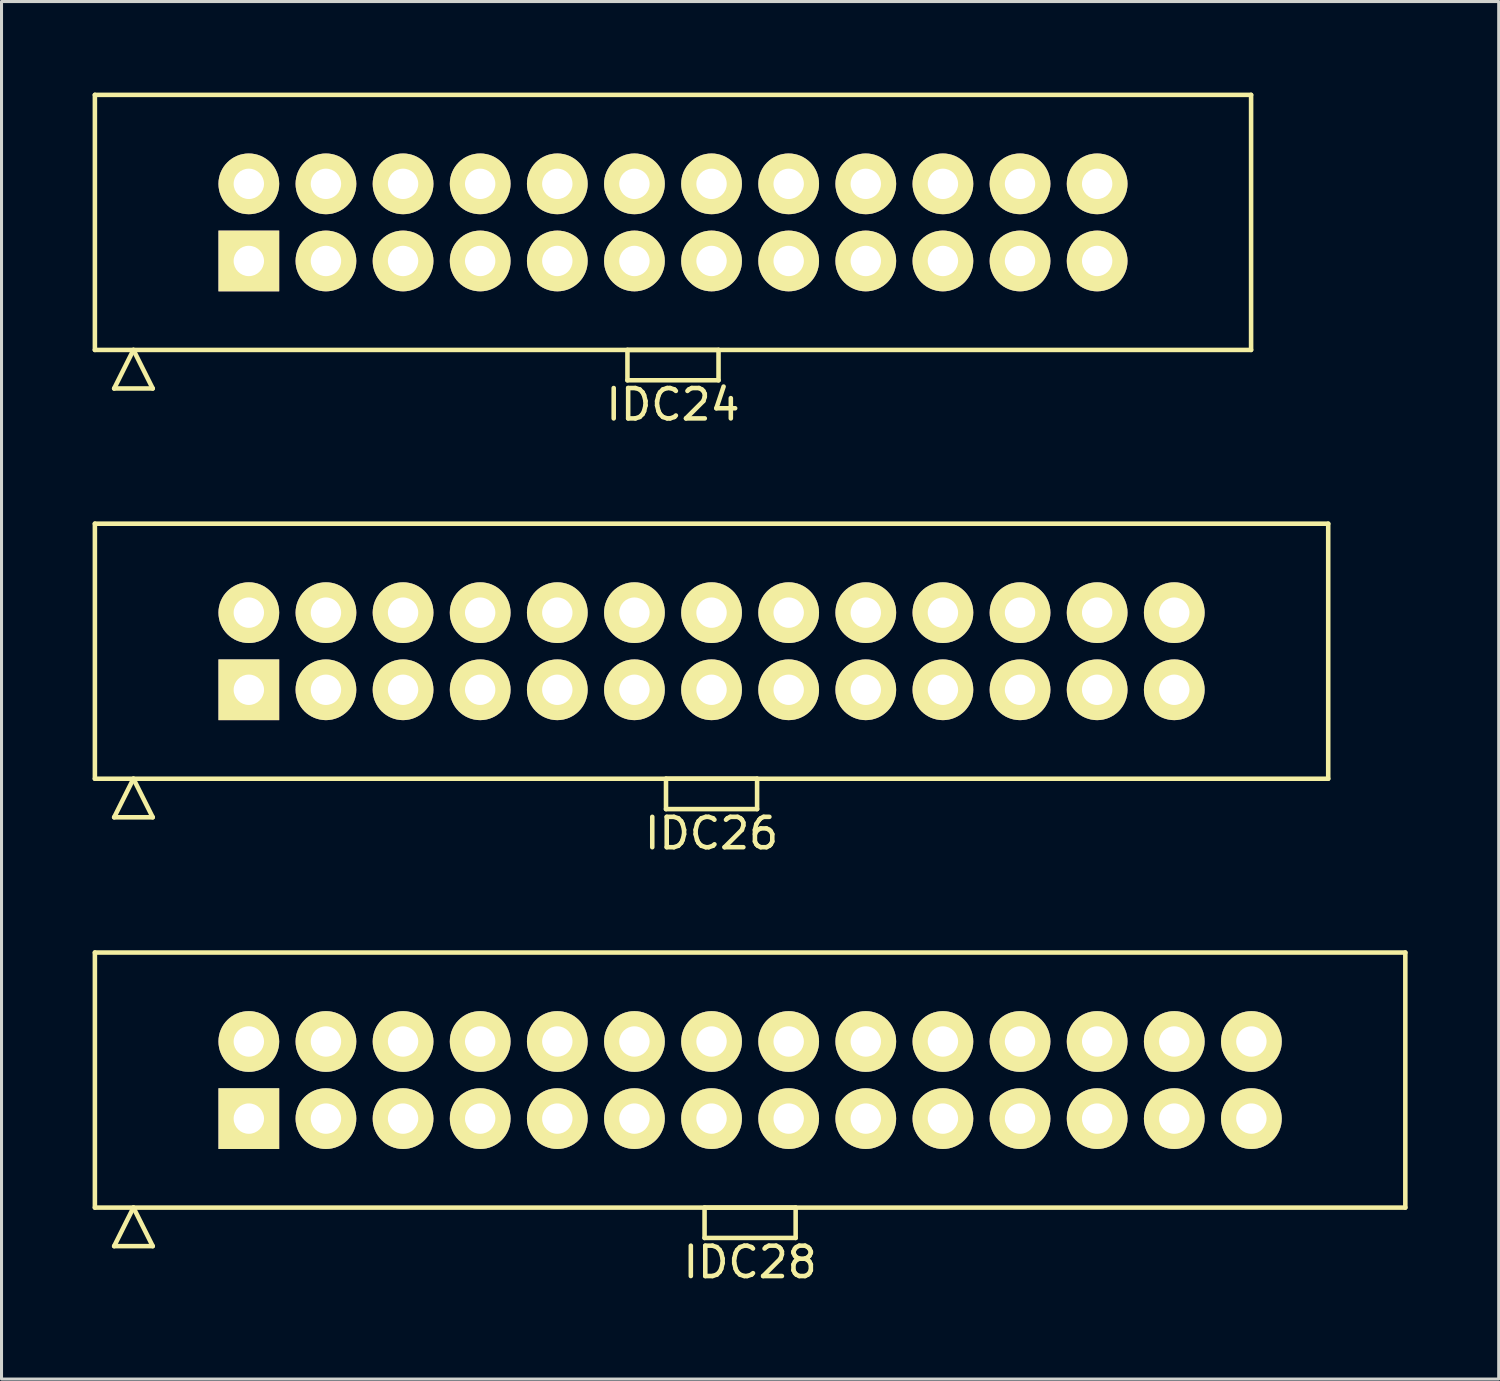
<source format=kicad_pcb>
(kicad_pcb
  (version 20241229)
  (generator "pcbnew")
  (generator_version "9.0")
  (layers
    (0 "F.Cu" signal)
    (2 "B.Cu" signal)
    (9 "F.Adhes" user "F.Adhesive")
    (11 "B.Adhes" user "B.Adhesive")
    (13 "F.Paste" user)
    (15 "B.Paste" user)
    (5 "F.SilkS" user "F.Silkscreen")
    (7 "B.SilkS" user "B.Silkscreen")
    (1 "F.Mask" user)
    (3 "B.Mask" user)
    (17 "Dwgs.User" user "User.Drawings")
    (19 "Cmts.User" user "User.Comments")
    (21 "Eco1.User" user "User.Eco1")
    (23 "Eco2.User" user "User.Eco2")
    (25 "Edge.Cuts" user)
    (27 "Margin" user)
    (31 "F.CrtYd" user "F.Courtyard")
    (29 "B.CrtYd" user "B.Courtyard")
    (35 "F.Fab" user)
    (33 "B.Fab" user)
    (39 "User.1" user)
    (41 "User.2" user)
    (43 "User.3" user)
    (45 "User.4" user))
  (footprint "IDC26"
    (layer "F.Cu")
    (at 20.385 18.398)
    (property "Reference" "IDC26" (at 0 6 0) (layer "F.SilkS") (effects (font (size 1 1) (thickness 0.15))))
    (attr through_hole)
    (fp_line (start -20.31 -4.2) (end -20.31 4.2) (stroke (width 0.15) (type solid)) (layer "F.SilkS"))
    (fp_line (start -20.31 4.2) (end 20.31 4.2) (stroke (width 0.15) (type solid)) (layer "F.SilkS"))
    (fp_line (start -19.675 5.47) (end -19.04 4.2) (stroke (width 0.15) (type solid)) (layer "F.SilkS"))
    (fp_line (start -19.675 5.47) (end -18.405 5.47) (stroke (width 0.15) (type solid)) (layer "F.SilkS"))
    (fp_line (start -18.405 5.47) (end -19.04 4.2) (stroke (width 0.15) (type solid)) (layer "F.SilkS"))
    (fp_line (start -1.5 4.2) (end -1.5 5.2) (stroke (width 0.15) (type solid)) (layer "F.SilkS"))
    (fp_line (start -1.5 5.2) (end 1.5 5.2) (stroke (width 0.15) (type solid)) (layer "F.SilkS"))
    (fp_line (start 1.5 4.2) (end -1.5 4.2) (stroke (width 0.15) (type solid)) (layer "F.SilkS"))
    (fp_line (start 1.5 5.2) (end 1.5 4.2) (stroke (width 0.15) (type solid)) (layer "F.SilkS"))
    (fp_line (start 20.31 -4.2) (end -20.31 -4.2) (stroke (width 0.15) (type solid)) (layer "F.SilkS"))
    (fp_line (start 20.31 4.2) (end 20.31 -4.2) (stroke (width 0.15) (type solid)) (layer "F.SilkS"))
    (pad "1" thru_hole rect (at -15.24 1.27) (size 2 2) (drill 1) (layers "*.Cu" "*.Mask" "F.SilkS"))
    (pad "2" thru_hole circle (at -15.24 -1.27) (size 2 2) (drill 1) (layers "*.Cu" "*.Mask" "F.SilkS"))
    (pad "3" thru_hole circle (at -12.7 1.27) (size 2 2) (drill 1) (layers "*.Cu" "*.Mask" "F.SilkS"))
    (pad "4" thru_hole circle (at -12.7 -1.27) (size 2 2) (drill 1) (layers "*.Cu" "*.Mask" "F.SilkS"))
    (pad "5" thru_hole circle (at -10.16 1.27) (size 2 2) (drill 1) (layers "*.Cu" "*.Mask" "F.SilkS"))
    (pad "6" thru_hole circle (at -10.16 -1.27) (size 2 2) (drill 1) (layers "*.Cu" "*.Mask" "F.SilkS"))
    (pad "7" thru_hole circle (at -7.62 1.27) (size 2 2) (drill 1) (layers "*.Cu" "*.Mask" "F.SilkS"))
    (pad "8" thru_hole circle (at -7.62 -1.27) (size 2 2) (drill 1) (layers "*.Cu" "*.Mask" "F.SilkS"))
    (pad "9" thru_hole circle (at -5.08 1.27) (size 2 2) (drill 1) (layers "*.Cu" "*.Mask" "F.SilkS"))
    (pad "10" thru_hole circle (at -5.08 -1.27) (size 2 2) (drill 1) (layers "*.Cu" "*.Mask" "F.SilkS"))
    (pad "11" thru_hole circle (at -2.54 1.27) (size 2 2) (drill 1) (layers "*.Cu" "*.Mask" "F.SilkS"))
    (pad "12" thru_hole circle (at -2.54 -1.27) (size 2 2) (drill 1) (layers "*.Cu" "*.Mask" "F.SilkS"))
    (pad "13" thru_hole circle (at 0 1.27) (size 2 2) (drill 1) (layers "*.Cu" "*.Mask" "F.SilkS"))
    (pad "14" thru_hole circle (at 0 -1.27) (size 2 2) (drill 1) (layers "*.Cu" "*.Mask" "F.SilkS"))
    (pad "15" thru_hole circle (at 2.54 1.27) (size 2 2) (drill 1) (layers "*.Cu" "*.Mask" "F.SilkS"))
    (pad "16" thru_hole circle (at 2.54 -1.27) (size 2 2) (drill 1) (layers "*.Cu" "*.Mask" "F.SilkS"))
    (pad "17" thru_hole circle (at 5.08 1.27) (size 2 2) (drill 1) (layers "*.Cu" "*.Mask" "F.SilkS"))
    (pad "18" thru_hole circle (at 5.08 -1.27) (size 2 2) (drill 1) (layers "*.Cu" "*.Mask" "F.SilkS"))
    (pad "19" thru_hole circle (at 7.62 1.27) (size 2 2) (drill 1) (layers "*.Cu" "*.Mask" "F.SilkS"))
    (pad "20" thru_hole circle (at 7.62 -1.27) (size 2 2) (drill 1) (layers "*.Cu" "*.Mask" "F.SilkS"))
    (pad "21" thru_hole circle (at 10.16 1.27) (size 2 2) (drill 1) (layers "*.Cu" "*.Mask" "F.SilkS"))
    (pad "22" thru_hole circle (at 10.16 -1.27) (size 2 2) (drill 1) (layers "*.Cu" "*.Mask" "F.SilkS"))
    (pad "23" thru_hole circle (at 12.7 1.27) (size 2 2) (drill 1) (layers "*.Cu" "*.Mask" "F.SilkS"))
    (pad "24" thru_hole circle (at 12.7 -1.27) (size 2 2) (drill 1) (layers "*.Cu" "*.Mask" "F.SilkS"))
    (pad "25" thru_hole circle (at 15.24 1.27) (size 2 2) (drill 1) (layers "*.Cu" "*.Mask" "F.SilkS"))
    (pad "26" thru_hole circle (at 15.24 -1.27) (size 2 2) (drill 1) (layers "*.Cu" "*.Mask" "F.SilkS")))
  (footprint "IDC24"
    (layer "F.Cu")
    (at 19.115 4.275)
    (property "Reference" "IDC24" (at 0 6 0) (layer "F.SilkS") (effects (font (size 1 1) (thickness 0.15))))
    (attr through_hole)
    (fp_line (start -19.04 -4.2) (end -19.04 4.2) (stroke (width 0.15) (type solid)) (layer "F.SilkS"))
    (fp_line (start -19.04 4.2) (end 19.04 4.2) (stroke (width 0.15) (type solid)) (layer "F.SilkS"))
    (fp_line (start -18.405 5.47) (end -17.77 4.2) (stroke (width 0.15) (type solid)) (layer "F.SilkS"))
    (fp_line (start -18.405 5.47) (end -17.135 5.47) (stroke (width 0.15) (type solid)) (layer "F.SilkS"))
    (fp_line (start -17.135 5.47) (end -17.77 4.2) (stroke (width 0.15) (type solid)) (layer "F.SilkS"))
    (fp_line (start -1.5 4.2) (end -1.5 5.2) (stroke (width 0.15) (type solid)) (layer "F.SilkS"))
    (fp_line (start -1.5 5.2) (end 1.5 5.2) (stroke (width 0.15) (type solid)) (layer "F.SilkS"))
    (fp_line (start 1.5 4.2) (end -1.5 4.2) (stroke (width 0.15) (type solid)) (layer "F.SilkS"))
    (fp_line (start 1.5 5.2) (end 1.5 4.2) (stroke (width 0.15) (type solid)) (layer "F.SilkS"))
    (fp_line (start 19.04 -4.2) (end -19.04 -4.2) (stroke (width 0.15) (type solid)) (layer "F.SilkS"))
    (fp_line (start 19.04 4.2) (end 19.04 -4.2) (stroke (width 0.15) (type solid)) (layer "F.SilkS"))
    (pad "1" thru_hole rect (at -13.97 1.27) (size 2 2) (drill 1) (layers "*.Cu" "*.Mask" "F.SilkS"))
    (pad "2" thru_hole circle (at -13.97 -1.27) (size 2 2) (drill 1) (layers "*.Cu" "*.Mask" "F.SilkS"))
    (pad "3" thru_hole circle (at -11.43 1.27) (size 2 2) (drill 1) (layers "*.Cu" "*.Mask" "F.SilkS"))
    (pad "4" thru_hole circle (at -11.43 -1.27) (size 2 2) (drill 1) (layers "*.Cu" "*.Mask" "F.SilkS"))
    (pad "5" thru_hole circle (at -8.89 1.27) (size 2 2) (drill 1) (layers "*.Cu" "*.Mask" "F.SilkS"))
    (pad "6" thru_hole circle (at -8.89 -1.27) (size 2 2) (drill 1) (layers "*.Cu" "*.Mask" "F.SilkS"))
    (pad "7" thru_hole circle (at -6.35 1.27) (size 2 2) (drill 1) (layers "*.Cu" "*.Mask" "F.SilkS"))
    (pad "8" thru_hole circle (at -6.35 -1.27) (size 2 2) (drill 1) (layers "*.Cu" "*.Mask" "F.SilkS"))
    (pad "9" thru_hole circle (at -3.81 1.27) (size 2 2) (drill 1) (layers "*.Cu" "*.Mask" "F.SilkS"))
    (pad "10" thru_hole circle (at -3.81 -1.27) (size 2 2) (drill 1) (layers "*.Cu" "*.Mask" "F.SilkS"))
    (pad "11" thru_hole circle (at -1.27 1.27) (size 2 2) (drill 1) (layers "*.Cu" "*.Mask" "F.SilkS"))
    (pad "12" thru_hole circle (at -1.27 -1.27) (size 2 2) (drill 1) (layers "*.Cu" "*.Mask" "F.SilkS"))
    (pad "13" thru_hole circle (at 1.27 1.27) (size 2 2) (drill 1) (layers "*.Cu" "*.Mask" "F.SilkS"))
    (pad "14" thru_hole circle (at 1.27 -1.27) (size 2 2) (drill 1) (layers "*.Cu" "*.Mask" "F.SilkS"))
    (pad "15" thru_hole circle (at 3.81 1.27) (size 2 2) (drill 1) (layers "*.Cu" "*.Mask" "F.SilkS"))
    (pad "16" thru_hole circle (at 3.81 -1.27) (size 2 2) (drill 1) (layers "*.Cu" "*.Mask" "F.SilkS"))
    (pad "17" thru_hole circle (at 6.35 1.27) (size 2 2) (drill 1) (layers "*.Cu" "*.Mask" "F.SilkS"))
    (pad "18" thru_hole circle (at 6.35 -1.27) (size 2 2) (drill 1) (layers "*.Cu" "*.Mask" "F.SilkS"))
    (pad "19" thru_hole circle (at 8.89 1.27) (size 2 2) (drill 1) (layers "*.Cu" "*.Mask" "F.SilkS"))
    (pad "20" thru_hole circle (at 8.89 -1.27) (size 2 2) (drill 1) (layers "*.Cu" "*.Mask" "F.SilkS"))
    (pad "21" thru_hole circle (at 11.43 1.27) (size 2 2) (drill 1) (layers "*.Cu" "*.Mask" "F.SilkS"))
    (pad "22" thru_hole circle (at 11.43 -1.27) (size 2 2) (drill 1) (layers "*.Cu" "*.Mask" "F.SilkS"))
    (pad "23" thru_hole circle (at 13.97 1.27) (size 2 2) (drill 1) (layers "*.Cu" "*.Mask" "F.SilkS"))
    (pad "24" thru_hole circle (at 13.97 -1.27) (size 2 2) (drill 1) (layers "*.Cu" "*.Mask" "F.SilkS")))
  (footprint "IDC28"
    (layer "F.Cu")
    (at 21.655 32.522)
    (property "Reference" "IDC28" (at 0 6 0) (layer "F.SilkS") (effects (font (size 1 1) (thickness 0.15))))
    (attr through_hole)
    (fp_line (start -21.58 -4.2) (end -21.58 4.2) (stroke (width 0.15) (type solid)) (layer "F.SilkS"))
    (fp_line (start -21.58 4.2) (end 21.58 4.2) (stroke (width 0.15) (type solid)) (layer "F.SilkS"))
    (fp_line (start -20.945 5.47) (end -20.31 4.2) (stroke (width 0.15) (type solid)) (layer "F.SilkS"))
    (fp_line (start -20.945 5.47) (end -19.675 5.47) (stroke (width 0.15) (type solid)) (layer "F.SilkS"))
    (fp_line (start -19.675 5.47) (end -20.31 4.2) (stroke (width 0.15) (type solid)) (layer "F.SilkS"))
    (fp_line (start -1.5 4.2) (end -1.5 5.2) (stroke (width 0.15) (type solid)) (layer "F.SilkS"))
    (fp_line (start -1.5 5.2) (end 1.5 5.2) (stroke (width 0.15) (type solid)) (layer "F.SilkS"))
    (fp_line (start 1.5 4.2) (end -1.5 4.2) (stroke (width 0.15) (type solid)) (layer "F.SilkS"))
    (fp_line (start 1.5 5.2) (end 1.5 4.2) (stroke (width 0.15) (type solid)) (layer "F.SilkS"))
    (fp_line (start 21.58 -4.2) (end -21.58 -4.2) (stroke (width 0.15) (type solid)) (layer "F.SilkS"))
    (fp_line (start 21.58 4.2) (end 21.58 -4.2) (stroke (width 0.15) (type solid)) (layer "F.SilkS"))
    (pad "1" thru_hole rect (at -16.51 1.27) (size 2 2) (drill 1) (layers "*.Cu" "*.Mask" "F.SilkS"))
    (pad "2" thru_hole circle (at -16.51 -1.27) (size 2 2) (drill 1) (layers "*.Cu" "*.Mask" "F.SilkS"))
    (pad "3" thru_hole circle (at -13.97 1.27) (size 2 2) (drill 1) (layers "*.Cu" "*.Mask" "F.SilkS"))
    (pad "4" thru_hole circle (at -13.97 -1.27) (size 2 2) (drill 1) (layers "*.Cu" "*.Mask" "F.SilkS"))
    (pad "5" thru_hole circle (at -11.43 1.27) (size 2 2) (drill 1) (layers "*.Cu" "*.Mask" "F.SilkS"))
    (pad "6" thru_hole circle (at -11.43 -1.27) (size 2 2) (drill 1) (layers "*.Cu" "*.Mask" "F.SilkS"))
    (pad "7" thru_hole circle (at -8.89 1.27) (size 2 2) (drill 1) (layers "*.Cu" "*.Mask" "F.SilkS"))
    (pad "8" thru_hole circle (at -8.89 -1.27) (size 2 2) (drill 1) (layers "*.Cu" "*.Mask" "F.SilkS"))
    (pad "9" thru_hole circle (at -6.35 1.27) (size 2 2) (drill 1) (layers "*.Cu" "*.Mask" "F.SilkS"))
    (pad "10" thru_hole circle (at -6.35 -1.27) (size 2 2) (drill 1) (layers "*.Cu" "*.Mask" "F.SilkS"))
    (pad "11" thru_hole circle (at -3.81 1.27) (size 2 2) (drill 1) (layers "*.Cu" "*.Mask" "F.SilkS"))
    (pad "12" thru_hole circle (at -3.81 -1.27) (size 2 2) (drill 1) (layers "*.Cu" "*.Mask" "F.SilkS"))
    (pad "13" thru_hole circle (at -1.27 1.27) (size 2 2) (drill 1) (layers "*.Cu" "*.Mask" "F.SilkS"))
    (pad "14" thru_hole circle (at -1.27 -1.27) (size 2 2) (drill 1) (layers "*.Cu" "*.Mask" "F.SilkS"))
    (pad "15" thru_hole circle (at 1.27 1.27) (size 2 2) (drill 1) (layers "*.Cu" "*.Mask" "F.SilkS"))
    (pad "16" thru_hole circle (at 1.27 -1.27) (size 2 2) (drill 1) (layers "*.Cu" "*.Mask" "F.SilkS"))
    (pad "17" thru_hole circle (at 3.81 1.27) (size 2 2) (drill 1) (layers "*.Cu" "*.Mask" "F.SilkS"))
    (pad "18" thru_hole circle (at 3.81 -1.27) (size 2 2) (drill 1) (layers "*.Cu" "*.Mask" "F.SilkS"))
    (pad "19" thru_hole circle (at 6.35 1.27) (size 2 2) (drill 1) (layers "*.Cu" "*.Mask" "F.SilkS"))
    (pad "20" thru_hole circle (at 6.35 -1.27) (size 2 2) (drill 1) (layers "*.Cu" "*.Mask" "F.SilkS"))
    (pad "21" thru_hole circle (at 8.89 1.27) (size 2 2) (drill 1) (layers "*.Cu" "*.Mask" "F.SilkS"))
    (pad "22" thru_hole circle (at 8.89 -1.27) (size 2 2) (drill 1) (layers "*.Cu" "*.Mask" "F.SilkS"))
    (pad "23" thru_hole circle (at 11.43 1.27) (size 2 2) (drill 1) (layers "*.Cu" "*.Mask" "F.SilkS"))
    (pad "24" thru_hole circle (at 11.43 -1.27) (size 2 2) (drill 1) (layers "*.Cu" "*.Mask" "F.SilkS"))
    (pad "25" thru_hole circle (at 13.97 1.27) (size 2 2) (drill 1) (layers "*.Cu" "*.Mask" "F.SilkS"))
    (pad "26" thru_hole circle (at 13.97 -1.27) (size 2 2) (drill 1) (layers "*.Cu" "*.Mask" "F.SilkS"))
    (pad "27" thru_hole circle (at 16.51 1.27) (size 2 2) (drill 1) (layers "*.Cu" "*.Mask" "F.SilkS"))
    (pad "28" thru_hole circle (at 16.51 -1.27) (size 2 2) (drill 1) (layers "*.Cu" "*.Mask" "F.SilkS")))
  (gr_rect
    (start -3 -3)
    (end 46.31 42.37)
    (stroke (width 0.1) (type default))
    (fill no)
    (layer "Edge.Cuts")))
</source>
